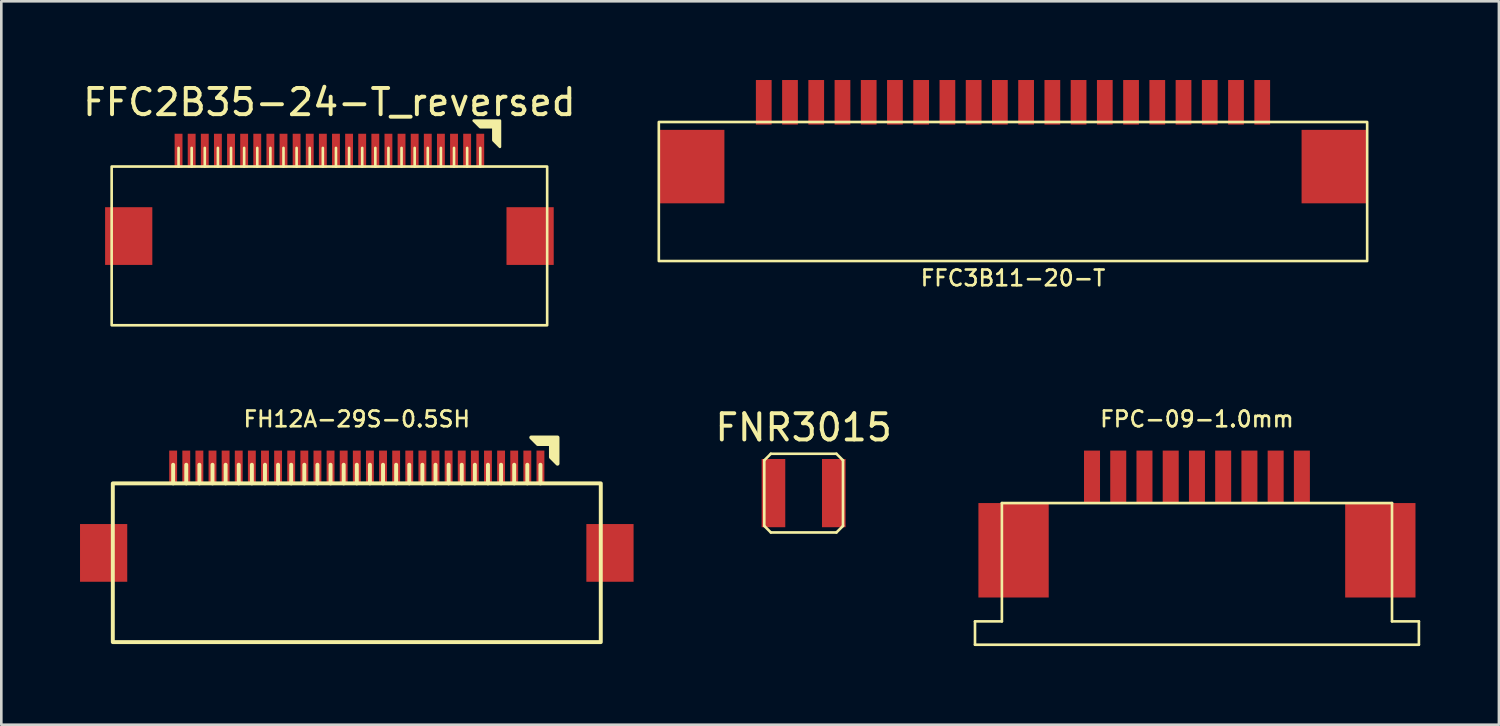
<source format=kicad_pcb>
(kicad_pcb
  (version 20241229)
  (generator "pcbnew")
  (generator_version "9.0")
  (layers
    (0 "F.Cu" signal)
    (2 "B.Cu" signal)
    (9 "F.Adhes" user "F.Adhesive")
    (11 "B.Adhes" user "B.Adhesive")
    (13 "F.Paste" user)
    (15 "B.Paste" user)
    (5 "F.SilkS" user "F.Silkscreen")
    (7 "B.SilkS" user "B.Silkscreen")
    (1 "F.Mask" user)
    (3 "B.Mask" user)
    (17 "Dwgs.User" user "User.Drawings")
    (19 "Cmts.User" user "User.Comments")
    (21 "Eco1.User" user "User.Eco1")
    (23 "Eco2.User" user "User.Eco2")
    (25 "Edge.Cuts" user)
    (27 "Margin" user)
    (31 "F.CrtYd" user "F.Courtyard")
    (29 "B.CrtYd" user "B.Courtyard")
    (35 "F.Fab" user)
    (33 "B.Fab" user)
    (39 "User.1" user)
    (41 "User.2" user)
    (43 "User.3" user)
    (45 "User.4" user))
  (footprint "FNR3015"
    (layer "F.Cu")
    (at 27.582 15.746)
    (property "Reference" "FNR3015" (at 0 -2.5 0) (layer "F.SilkS") (effects (font (size 1 1) (thickness 0.15))))
    (attr smd)
    (fp_line (start -1.5 -1.25) (end -1.5 1.25) (stroke (width 0.1) (type solid)) (layer "F.SilkS"))
    (fp_line (start -1.5 1.25) (end -1.25 1.5) (stroke (width 0.1) (type solid)) (layer "F.SilkS"))
    (fp_line (start -1.25 -1.5) (end -1.5 -1.25) (stroke (width 0.1) (type solid)) (layer "F.SilkS"))
    (fp_line (start -1.25 1.5) (end 1.25 1.5) (stroke (width 0.1) (type solid)) (layer "F.SilkS"))
    (fp_line (start 1.25 -1.5) (end -1.25 -1.5) (stroke (width 0.1) (type solid)) (layer "F.SilkS"))
    (fp_line (start 1.25 -1.5) (end 1.5 -1.25) (stroke (width 0.1) (type solid)) (layer "F.SilkS"))
    (fp_line (start 1.25 1.5) (end 1.5 1.25) (stroke (width 0.1) (type solid)) (layer "F.SilkS"))
    (fp_line (start 1.5 1.25) (end 1.5 -1.25) (stroke (width 0.1) (type solid)) (layer "F.SilkS"))
    (pad "1" smd rect (at 1.15 0) (size 0.9 2.6) (layers "F.Cu" "F.Mask" "F.Paste"))
    (pad "2" smd rect (at -1.15 0) (size 0.9 2.6) (layers "F.Cu" "F.Mask" "F.Paste")))
  (footprint "FFC3B11-20-T"
    (layer "F.Cu")
    (at 35.562 0.85)
    (property "Reference" "FFC3B11-20-T" (at 0 6.7 0) (unlocked yes) (layer "F.SilkS") (effects (font (size 0.6 0.6) (thickness 0.1))))
    (attr smd)
    (fp_rect (start -13.5 6.05) (end 13.5 0.75) (stroke (width 0.1) (type default)) (fill no) (layer "F.SilkS"))
    (pad "" smd rect (at -12.25 2.45) (size 2.5 2.8) (layers "F.Cu" "F.Mask" "F.Paste"))
    (pad "" smd rect (at 12.25 2.45) (size 2.5 2.8) (layers "F.Cu" "F.Mask" "F.Paste"))
    (pad "1" smd rect (at -9.5 0) (size 0.6 1.7) (layers "F.Cu" "F.Mask" "F.Paste"))
    (pad "2" smd rect (at -8.5 0) (size 0.6 1.7) (layers "F.Cu" "F.Mask" "F.Paste"))
    (pad "3" smd rect (at -7.5 0) (size 0.6 1.7) (layers "F.Cu" "F.Mask" "F.Paste"))
    (pad "4" smd rect (at -6.5 0) (size 0.6 1.7) (layers "F.Cu" "F.Mask" "F.Paste"))
    (pad "5" smd rect (at -5.5 0) (size 0.6 1.7) (layers "F.Cu" "F.Mask" "F.Paste"))
    (pad "6" smd rect (at -4.5 0) (size 0.6 1.7) (layers "F.Cu" "F.Mask" "F.Paste"))
    (pad "7" smd rect (at -3.5 0) (size 0.6 1.7) (layers "F.Cu" "F.Mask" "F.Paste"))
    (pad "8" smd rect (at -2.5 0) (size 0.6 1.7) (layers "F.Cu" "F.Mask" "F.Paste"))
    (pad "9" smd rect (at -1.5 0) (size 0.6 1.7) (layers "F.Cu" "F.Mask" "F.Paste"))
    (pad "10" smd rect (at -0.5 0) (size 0.6 1.7) (layers "F.Cu" "F.Mask" "F.Paste"))
    (pad "11" smd rect (at 0.5 0) (size 0.6 1.7) (layers "F.Cu" "F.Mask" "F.Paste"))
    (pad "12" smd rect (at 1.5 0) (size 0.6 1.7) (layers "F.Cu" "F.Mask" "F.Paste"))
    (pad "13" smd rect (at 2.5 0) (size 0.6 1.7) (layers "F.Cu" "F.Mask" "F.Paste"))
    (pad "14" smd rect (at 3.5 0) (size 0.6 1.7) (layers "F.Cu" "F.Mask" "F.Paste"))
    (pad "15" smd rect (at 4.5 0) (size 0.6 1.7) (layers "F.Cu" "F.Mask" "F.Paste"))
    (pad "16" smd rect (at 5.5 0) (size 0.6 1.7) (layers "F.Cu" "F.Mask" "F.Paste"))
    (pad "17" smd rect (at 6.5 0) (size 0.6 1.7) (layers "F.Cu" "F.Mask" "F.Paste"))
    (pad "18" smd rect (at 7.5 0) (size 0.6 1.7) (layers "F.Cu" "F.Mask" "F.Paste"))
    (pad "19" smd rect (at 8.5 0) (size 0.6 1.7) (layers "F.Cu" "F.Mask" "F.Paste"))
    (pad "20" smd rect (at 9.5 0) (size 0.6 1.7) (layers "F.Cu" "F.Mask" "F.Paste")))
  (footprint "FFC2B35-24-T_reversed"
    (layer "F.Cu")
    (at 9.506 4.548)
    (property "Reference" "FFC2B35-24-T_reversed" (at 0 -3.7 0) (layer "F.SilkS") (effects (font (size 1 1) (thickness 0.15))))
    (attr smd)
    (fp_line (start -5.75 -1.96) (end -5.75 -1.25) (stroke (width 0.1) (type default)) (layer "F.SilkS"))
    (fp_line (start -5.25 -1.96) (end -5.25 -1.25) (stroke (width 0.1) (type default)) (layer "F.SilkS"))
    (fp_line (start -4.75 -1.96) (end -4.75 -1.25) (stroke (width 0.1) (type default)) (layer "F.SilkS"))
    (fp_line (start -4.25 -1.96) (end -4.25 -1.25) (stroke (width 0.1) (type default)) (layer "F.SilkS"))
    (fp_line (start -3.75 -1.96) (end -3.75 -1.25) (stroke (width 0.1) (type default)) (layer "F.SilkS"))
    (fp_line (start -3.25 -1.96) (end -3.25 -1.25) (stroke (width 0.1) (type default)) (layer "F.SilkS"))
    (fp_line (start -2.75 -1.96) (end -2.75 -1.25) (stroke (width 0.1) (type default)) (layer "F.SilkS"))
    (fp_line (start -2.25 -1.96) (end -2.25 -1.25) (stroke (width 0.1) (type default)) (layer "F.SilkS"))
    (fp_line (start -1.75 -1.96) (end -1.75 -1.25) (stroke (width 0.1) (type default)) (layer "F.SilkS"))
    (fp_line (start -1.25 -1.96) (end -1.25 -1.25) (stroke (width 0.1) (type default)) (layer "F.SilkS"))
    (fp_line (start -0.75 -1.96) (end -0.75 -1.25) (stroke (width 0.1) (type default)) (layer "F.SilkS"))
    (fp_line (start -0.25 -1.96) (end -0.25 -1.25) (stroke (width 0.1) (type default)) (layer "F.SilkS"))
    (fp_line (start 0.25 -1.96) (end 0.25 -1.25) (stroke (width 0.1) (type default)) (layer "F.SilkS"))
    (fp_line (start 0.75 -1.96) (end 0.75 -1.25) (stroke (width 0.1) (type default)) (layer "F.SilkS"))
    (fp_line (start 1.25 -1.96) (end 1.25 -1.25) (stroke (width 0.1) (type default)) (layer "F.SilkS"))
    (fp_line (start 1.75 -1.96) (end 1.75 -1.25) (stroke (width 0.1) (type default)) (layer "F.SilkS"))
    (fp_line (start 2.25 -1.96) (end 2.25 -1.25) (stroke (width 0.1) (type default)) (layer "F.SilkS"))
    (fp_line (start 2.75 -1.96) (end 2.75 -1.25) (stroke (width 0.1) (type default)) (layer "F.SilkS"))
    (fp_line (start 3.25 -1.96) (end 3.25 -1.25) (stroke (width 0.1) (type default)) (layer "F.SilkS"))
    (fp_line (start 3.75 -1.96) (end 3.75 -1.25) (stroke (width 0.1) (type default)) (layer "F.SilkS"))
    (fp_line (start 4.25 -1.96) (end 4.25 -1.25) (stroke (width 0.1) (type default)) (layer "F.SilkS"))
    (fp_line (start 4.75 -1.96) (end 4.75 -1.25) (stroke (width 0.1) (type default)) (layer "F.SilkS"))
    (fp_line (start 5.25 -1.96) (end 5.25 -1.25) (stroke (width 0.1) (type default)) (layer "F.SilkS"))
    (fp_line (start 5.75 -1.96) (end 5.75 -1.25) (stroke (width 0.1) (type default)) (layer "F.SilkS"))
    (fp_rect (start -8.3 -1.25) (end 8.3 4.8) (stroke (width 0.1) (type default)) (fill no) (layer "F.SilkS"))
    (fp_poly (pts (xy 5.75 -2.75) (xy 6.25 -2.75) (xy 6.25 -2.25) (xy 6.5 -2) (xy 6.5 -3) (xy 5.5 -3)) (stroke (width 0.1) (type solid)) (fill yes) (layer "F.SilkS"))
    (pad "1" smd rect (at 5.75 -1.85 180) (size 0.3 1.3) (layers "F.Cu" "F.Mask" "F.Paste"))
    (pad "2" smd rect (at 5.25 -1.85 180) (size 0.3 1.3) (layers "F.Cu" "F.Mask" "F.Paste"))
    (pad "3" smd rect (at 4.75 -1.85 180) (size 0.3 1.3) (layers "F.Cu" "F.Mask" "F.Paste"))
    (pad "4" smd rect (at 4.25 -1.85 180) (size 0.3 1.3) (layers "F.Cu" "F.Mask" "F.Paste"))
    (pad "5" smd rect (at 3.75 -1.85 180) (size 0.3 1.3) (layers "F.Cu" "F.Mask" "F.Paste"))
    (pad "6" smd rect (at 3.25 -1.85 180) (size 0.3 1.3) (layers "F.Cu" "F.Mask" "F.Paste"))
    (pad "7" smd rect (at 2.75 -1.85 180) (size 0.3 1.3) (layers "F.Cu" "F.Mask" "F.Paste"))
    (pad "8" smd rect (at 2.25 -1.85 180) (size 0.3 1.3) (layers "F.Cu" "F.Mask" "F.Paste"))
    (pad "9" smd rect (at 1.75 -1.85 180) (size 0.3 1.3) (layers "F.Cu" "F.Mask" "F.Paste"))
    (pad "10" smd rect (at 1.25 -1.85 180) (size 0.3 1.3) (layers "F.Cu" "F.Mask" "F.Paste"))
    (pad "11" smd rect (at 0.75 -1.85 180) (size 0.3 1.3) (layers "F.Cu" "F.Mask" "F.Paste"))
    (pad "12" smd rect (at 0.25 -1.85 180) (size 0.3 1.3) (layers "F.Cu" "F.Mask" "F.Paste"))
    (pad "13" smd rect (at -0.25 -1.85 180) (size 0.3 1.3) (layers "F.Cu" "F.Mask" "F.Paste"))
    (pad "14" smd rect (at -0.75 -1.85 180) (size 0.3 1.3) (layers "F.Cu" "F.Mask" "F.Paste"))
    (pad "15" smd rect (at -1.25 -1.85 180) (size 0.3 1.3) (layers "F.Cu" "F.Mask" "F.Paste"))
    (pad "16" smd rect (at -1.75 -1.85 180) (size 0.3 1.3) (layers "F.Cu" "F.Mask" "F.Paste"))
    (pad "17" smd rect (at -2.25 -1.85 180) (size 0.3 1.3) (layers "F.Cu" "F.Mask" "F.Paste"))
    (pad "18" smd rect (at -2.75 -1.85 180) (size 0.3 1.3) (layers "F.Cu" "F.Mask" "F.Paste"))
    (pad "19" smd rect (at -3.25 -1.85 180) (size 0.3 1.3) (layers "F.Cu" "F.Mask" "F.Paste"))
    (pad "20" smd rect (at -3.75 -1.85 180) (size 0.3 1.3) (layers "F.Cu" "F.Mask" "F.Paste"))
    (pad "21" smd rect (at -4.25 -1.85 180) (size 0.3 1.3) (layers "F.Cu" "F.Mask" "F.Paste"))
    (pad "22" smd rect (at -4.75 -1.85 180) (size 0.3 1.3) (layers "F.Cu" "F.Mask" "F.Paste"))
    (pad "23" smd rect (at -5.25 -1.85 180) (size 0.3 1.3) (layers "F.Cu" "F.Mask" "F.Paste"))
    (pad "24" smd rect (at -5.75 -1.85 180) (size 0.3 1.3) (layers "F.Cu" "F.Mask" "F.Paste"))
    (pad "MP" smd rect (at -7.65 1.4) (size 1.8 2.2) (layers "F.Cu" "F.Mask" "F.Paste"))
    (pad "MP" smd rect (at 7.65 1.4) (size 1.8 2.2) (layers "F.Cu" "F.Mask" "F.Paste")))
  (footprint "FPC-09-1.0mm"
    (layer "F.Cu")
    (at 42.574 16.925)
    (property "Reference" "FPC-09-1.0mm" (at 0 -4 0) (layer "F.SilkS") (effects (font (size 0.6 0.6) (thickness 0.1))))
    (attr smd)
    (fp_line (start -8.46 3.71) (end -7.435 3.71) (stroke (width 0.1) (type solid)) (layer "F.SilkS"))
    (fp_line (start -8.46 4.6) (end -8.46 3.71) (stroke (width 0.1) (type solid)) (layer "F.SilkS"))
    (fp_line (start -7.435 -0.8) (end 7.435 -0.8) (stroke (width 0.1) (type solid)) (layer "F.SilkS"))
    (fp_line (start -7.435 3.71) (end -7.435 -0.8) (stroke (width 0.1) (type solid)) (layer "F.SilkS"))
    (fp_line (start 7.435 -0.8) (end 7.435 3.71) (stroke (width 0.1) (type solid)) (layer "F.SilkS"))
    (fp_line (start 7.435 3.71) (end 8.46 3.71) (stroke (width 0.1) (type solid)) (layer "F.SilkS"))
    (fp_line (start 8.46 3.71) (end 8.46 4.6) (stroke (width 0.1) (type solid)) (layer "F.SilkS"))
    (fp_line (start 8.46 4.6) (end -8.46 4.6) (stroke (width 0.1) (type solid)) (layer "F.SilkS"))
    (pad "" smd rect (at -6.99 1) (size 2.68 3.6) (layers "F.Cu" "F.Mask" "F.Paste"))
    (pad "" smd rect (at 6.99 1) (size 2.68 3.6) (layers "F.Cu" "F.Mask" "F.Paste"))
    (pad "1" smd rect (at -4 -1.8) (size 0.61 2) (layers "F.Cu" "F.Mask" "F.Paste"))
    (pad "2" smd rect (at -3 -1.8) (size 0.61 2) (layers "F.Cu" "F.Mask" "F.Paste"))
    (pad "3" smd rect (at -2 -1.8) (size 0.61 2) (layers "F.Cu" "F.Mask" "F.Paste"))
    (pad "4" smd rect (at -1 -1.8) (size 0.61 2) (layers "F.Cu" "F.Mask" "F.Paste"))
    (pad "5" smd rect (at 0 -1.8) (size 0.61 2) (layers "F.Cu" "F.Mask" "F.Paste"))
    (pad "6" smd rect (at 1 -1.8) (size 0.61 2) (layers "F.Cu" "F.Mask" "F.Paste"))
    (pad "7" smd rect (at 2 -1.8) (size 0.61 2) (layers "F.Cu" "F.Mask" "F.Paste"))
    (pad "8" smd rect (at 3 -1.8) (size 0.61 2) (layers "F.Cu" "F.Mask" "F.Paste"))
    (pad "9" smd rect (at 4 -1.8) (size 0.61 2) (layers "F.Cu" "F.Mask" "F.Paste")))
  (footprint "FH12A-29S-0.5SH"
    (layer "F.Cu")
    (at 10.55 16.625)
    (property "Reference" "FH12A-29S-0.5SH" (at 0 -3.7 0) (layer "F.SilkS") (effects (font (size 0.6 0.6) (thickness 0.1))))
    (attr smd)
    (fp_line (start -7 -1.96) (end -7 -1.25) (stroke (width 0.15) (type default)) (layer "F.SilkS"))
    (fp_line (start -6.5 -1.96) (end -6.5 -1.25) (stroke (width 0.15) (type default)) (layer "F.SilkS"))
    (fp_line (start -6 -1.96) (end -6 -1.25) (stroke (width 0.15) (type default)) (layer "F.SilkS"))
    (fp_line (start -5.5 -1.96) (end -5.5 -1.25) (stroke (width 0.15) (type default)) (layer "F.SilkS"))
    (fp_line (start -5 -1.96) (end -5 -1.25) (stroke (width 0.15) (type default)) (layer "F.SilkS"))
    (fp_line (start -4.5 -1.96) (end -4.5 -1.25) (stroke (width 0.15) (type default)) (layer "F.SilkS"))
    (fp_line (start -4 -1.96) (end -4 -1.25) (stroke (width 0.15) (type default)) (layer "F.SilkS"))
    (fp_line (start -3.5 -1.96) (end -3.5 -1.25) (stroke (width 0.15) (type default)) (layer "F.SilkS"))
    (fp_line (start -3 -1.96) (end -3 -1.25) (stroke (width 0.15) (type default)) (layer "F.SilkS"))
    (fp_line (start -2.5 -1.96) (end -2.5 -1.25) (stroke (width 0.15) (type default)) (layer "F.SilkS"))
    (fp_line (start -2 -1.96) (end -2 -1.25) (stroke (width 0.15) (type default)) (layer "F.SilkS"))
    (fp_line (start -1.5 -1.96) (end -1.5 -1.25) (stroke (width 0.15) (type default)) (layer "F.SilkS"))
    (fp_line (start -1 -1.96) (end -1 -1.25) (stroke (width 0.15) (type default)) (layer "F.SilkS"))
    (fp_line (start -0.5 -1.96) (end -0.5 -1.25) (stroke (width 0.15) (type default)) (layer "F.SilkS"))
    (fp_line (start 0 -1.96) (end 0 -1.25) (stroke (width 0.15) (type default)) (layer "F.SilkS"))
    (fp_line (start 0.5 -1.96) (end 0.5 -1.25) (stroke (width 0.15) (type default)) (layer "F.SilkS"))
    (fp_line (start 1 -1.96) (end 1 -1.25) (stroke (width 0.15) (type default)) (layer "F.SilkS"))
    (fp_line (start 1.5 -1.96) (end 1.5 -1.25) (stroke (width 0.15) (type default)) (layer "F.SilkS"))
    (fp_line (start 2 -1.96) (end 2 -1.25) (stroke (width 0.15) (type default)) (layer "F.SilkS"))
    (fp_line (start 2.5 -1.96) (end 2.5 -1.25) (stroke (width 0.15) (type default)) (layer "F.SilkS"))
    (fp_line (start 3 -1.96) (end 3 -1.25) (stroke (width 0.15) (type default)) (layer "F.SilkS"))
    (fp_line (start 3.5 -1.96) (end 3.5 -1.25) (stroke (width 0.15) (type default)) (layer "F.SilkS"))
    (fp_line (start 4 -1.96) (end 4 -1.25) (stroke (width 0.15) (type default)) (layer "F.SilkS"))
    (fp_line (start 4.5 -1.96) (end 4.5 -1.25) (stroke (width 0.15) (type default)) (layer "F.SilkS"))
    (fp_line (start 5 -1.96) (end 5 -1.25) (stroke (width 0.15) (type default)) (layer "F.SilkS"))
    (fp_line (start 5.5 -1.96) (end 5.5 -1.25) (stroke (width 0.15) (type default)) (layer "F.SilkS"))
    (fp_line (start 6 -1.96) (end 6 -1.25) (stroke (width 0.15) (type default)) (layer "F.SilkS"))
    (fp_line (start 6.5 -1.96) (end 6.5 -1.25) (stroke (width 0.15) (type default)) (layer "F.SilkS"))
    (fp_line (start 7 -1.96) (end 7 -1.25) (stroke (width 0.15) (type default)) (layer "F.SilkS"))
    (fp_rect (start -9.3 -1.25) (end 9.3 4.8) (stroke (width 0.15) (type default)) (fill no) (layer "F.SilkS"))
    (fp_poly (pts (xy 6.9 -2.75) (xy 7.4 -2.75) (xy 7.4 -2.25) (xy 7.65 -2) (xy 7.65 -3) (xy 6.65 -3)) (stroke (width 0.15) (type solid)) (fill yes) (layer "F.SilkS"))
    (pad "" smd rect (at -9.65 1.4) (size 1.8 2.2) (layers "F.Cu" "F.Mask" "F.Paste"))
    (pad "" smd rect (at 9.65 1.4) (size 1.8 2.2) (layers "F.Cu" "F.Mask" "F.Paste"))
    (pad "1" smd rect (at 7 -1.85 180) (size 0.3 1.3) (layers "F.Cu" "F.Mask" "F.Paste"))
    (pad "2" smd rect (at 6.5 -1.85 180) (size 0.3 1.3) (layers "F.Cu" "F.Mask" "F.Paste"))
    (pad "3" smd rect (at 6 -1.85 180) (size 0.3 1.3) (layers "F.Cu" "F.Mask" "F.Paste"))
    (pad "4" smd rect (at 5.5 -1.85 180) (size 0.3 1.3) (layers "F.Cu" "F.Mask" "F.Paste"))
    (pad "5" smd rect (at 5 -1.85 180) (size 0.3 1.3) (layers "F.Cu" "F.Mask" "F.Paste"))
    (pad "6" smd rect (at 4.5 -1.85 180) (size 0.3 1.3) (layers "F.Cu" "F.Mask" "F.Paste"))
    (pad "7" smd rect (at 4 -1.85 180) (size 0.3 1.3) (layers "F.Cu" "F.Mask" "F.Paste"))
    (pad "8" smd rect (at 3.5 -1.85 180) (size 0.3 1.3) (layers "F.Cu" "F.Mask" "F.Paste"))
    (pad "9" smd rect (at 3 -1.85 180) (size 0.3 1.3) (layers "F.Cu" "F.Mask" "F.Paste"))
    (pad "10" smd rect (at 2.5 -1.85 180) (size 0.3 1.3) (layers "F.Cu" "F.Mask" "F.Paste"))
    (pad "11" smd rect (at 2 -1.85 180) (size 0.3 1.3) (layers "F.Cu" "F.Mask" "F.Paste"))
    (pad "12" smd rect (at 1.5 -1.85 180) (size 0.3 1.3) (layers "F.Cu" "F.Mask" "F.Paste"))
    (pad "13" smd rect (at 1 -1.85 180) (size 0.3 1.3) (layers "F.Cu" "F.Mask" "F.Paste"))
    (pad "14" smd rect (at 0.5 -1.85 180) (size 0.3 1.3) (layers "F.Cu" "F.Mask" "F.Paste"))
    (pad "15" smd rect (at 0 -1.85 180) (size 0.3 1.3) (layers "F.Cu" "F.Mask" "F.Paste"))
    (pad "16" smd rect (at -0.5 -1.85 180) (size 0.3 1.3) (layers "F.Cu" "F.Mask" "F.Paste"))
    (pad "17" smd rect (at -1 -1.85 180) (size 0.3 1.3) (layers "F.Cu" "F.Mask" "F.Paste"))
    (pad "18" smd rect (at -1.5 -1.85 180) (size 0.3 1.3) (layers "F.Cu" "F.Mask" "F.Paste"))
    (pad "19" smd rect (at -2 -1.85 180) (size 0.3 1.3) (layers "F.Cu" "F.Mask" "F.Paste"))
    (pad "20" smd rect (at -2.5 -1.85 180) (size 0.3 1.3) (layers "F.Cu" "F.Mask" "F.Paste"))
    (pad "21" smd rect (at -3 -1.85 180) (size 0.3 1.3) (layers "F.Cu" "F.Mask" "F.Paste"))
    (pad "22" smd rect (at -3.5 -1.85 180) (size 0.3 1.3) (layers "F.Cu" "F.Mask" "F.Paste"))
    (pad "23" smd rect (at -4 -1.85 180) (size 0.3 1.3) (layers "F.Cu" "F.Mask" "F.Paste"))
    (pad "24" smd rect (at -4.5 -1.85 180) (size 0.3 1.3) (layers "F.Cu" "F.Mask" "F.Paste"))
    (pad "25" smd rect (at -5 -1.85 180) (size 0.3 1.3) (layers "F.Cu" "F.Mask" "F.Paste"))
    (pad "26" smd rect (at -5.5 -1.85 180) (size 0.3 1.3) (layers "F.Cu" "F.Mask" "F.Paste"))
    (pad "27" smd rect (at -6 -1.85 180) (size 0.3 1.3) (layers "F.Cu" "F.Mask" "F.Paste"))
    (pad "28" smd rect (at -6.5 -1.85 180) (size 0.3 1.3) (layers "F.Cu" "F.Mask" "F.Paste"))
    (pad "29" smd rect (at -7 -1.85 180) (size 0.3 1.3) (layers "F.Cu" "F.Mask" "F.Paste")))
  (gr_rect
    (start -3 -3)
    (end 54.084 24.575)
    (stroke (width 0.1) (type default))
    (fill no)
    (layer "Edge.Cuts")))
</source>
